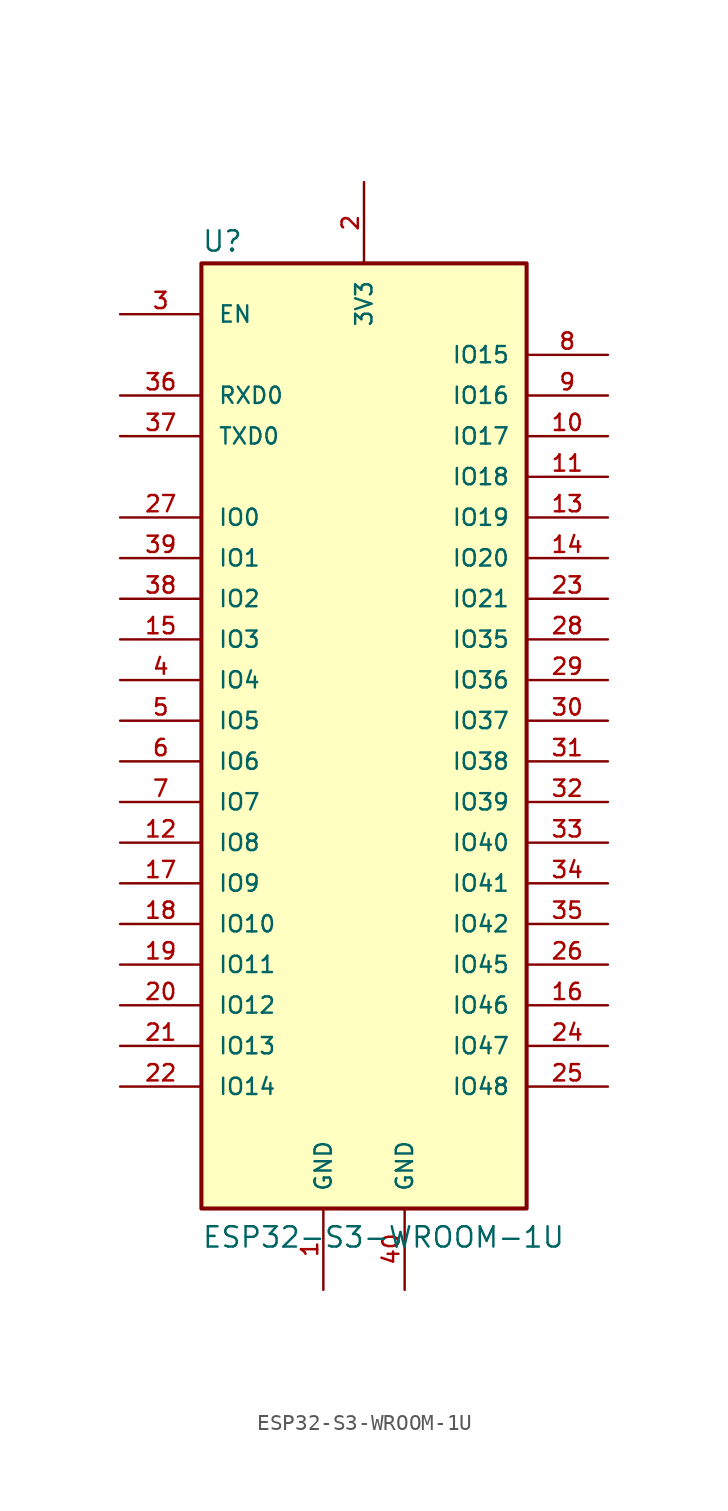
<source format=kicad_sym>
(kicad_symbol_lib
  (version 20211014)
  (generator kicad_symbol_editor)
  (symbol "ESP32-S3-WROOM-1U"
    (pin_names
      (offset 1.016))
    (property "Reference" "U"
      (at -10.16 29.21 0)
      (effects (font (size 1.27 1.27)) (justify left bottom)))
    (property "Value" "ESP32-S3-WROOM-1U"
      (at -10.16 -33.02 0)
      (effects (font (size 1.27 1.27)) (justify left bottom)))
    (symbol "ESP32-S3-WROOM-1U_0_0"
      (rectangle (start -10.16 28.575) (end 10.16 -30.48) (stroke (width 0.254) (type default) (color 0 0 0 0)) (fill (type background)))
      (pin power_in line (at -2.54 -35.56 90) (length 5.08) (name "GND" (effects (font (size 1.016 1.016)))) (number "1" (effects (font (size 1.016 1.016)))))
      (pin bidirectional line (at 15.24 17.78 180) (length 5.08) (name "IO17" (effects (font (size 1.016 1.016)))) (number "10" (effects (font (size 1.016 1.016)))))
      (pin bidirectional line (at 15.24 15.24 180) (length 5.08) (name "IO18" (effects (font (size 1.016 1.016)))) (number "11" (effects (font (size 1.016 1.016)))))
      (pin bidirectional line (at -15.24 -7.62 0) (length 5.08) (name "IO8" (effects (font (size 1.016 1.016)))) (number "12" (effects (font (size 1.016 1.016)))))
      (pin bidirectional line (at 15.24 12.7 180) (length 5.08) (name "IO19" (effects (font (size 1.016 1.016)))) (number "13" (effects (font (size 1.016 1.016)))))
      (pin bidirectional line (at 15.24 10.16 180) (length 5.08) (name "IO20" (effects (font (size 1.016 1.016)))) (number "14" (effects (font (size 1.016 1.016)))))
      (pin bidirectional line (at -15.24 5.08 0) (length 5.08) (name "IO3" (effects (font (size 1.016 1.016)))) (number "15" (effects (font (size 1.016 1.016)))))
      (pin bidirectional line (at 15.24 -17.78 180) (length 5.08) (name "IO46" (effects (font (size 1.016 1.016)))) (number "16" (effects (font (size 1.016 1.016)))))
      (pin bidirectional line (at -15.24 -10.16 0) (length 5.08) (name "IO9" (effects (font (size 1.016 1.016)))) (number "17" (effects (font (size 1.016 1.016)))))
      (pin bidirectional line (at -15.24 -12.7 0) (length 5.08) (name "IO10" (effects (font (size 1.016 1.016)))) (number "18" (effects (font (size 1.016 1.016)))))
      (pin bidirectional line (at -15.24 -15.24 0) (length 5.08) (name "IO11" (effects (font (size 1.016 1.016)))) (number "19" (effects (font (size 1.016 1.016)))))
      (pin power_in line (at 0 33.655 270) (length 5.08) (name "3V3" (effects (font (size 1.016 1.016)))) (number "2" (effects (font (size 1.016 1.016)))))
      (pin bidirectional line (at -15.24 -17.78 0) (length 5.08) (name "IO12" (effects (font (size 1.016 1.016)))) (number "20" (effects (font (size 1.016 1.016)))))
      (pin bidirectional line (at -15.24 -20.32 0) (length 5.08) (name "IO13" (effects (font (size 1.016 1.016)))) (number "21" (effects (font (size 1.016 1.016)))))
      (pin bidirectional line (at -15.24 -22.86 0) (length 5.08) (name "IO14" (effects (font (size 1.016 1.016)))) (number "22" (effects (font (size 1.016 1.016)))))
      (pin bidirectional line (at 15.24 7.62 180) (length 5.08) (name "IO21" (effects (font (size 1.016 1.016)))) (number "23" (effects (font (size 1.016 1.016)))))
      (pin bidirectional line (at 15.24 -20.32 180) (length 5.08) (name "IO47" (effects (font (size 1.016 1.016)))) (number "24" (effects (font (size 1.016 1.016)))))
      (pin bidirectional line (at 15.24 -22.86 180) (length 5.08) (name "IO48" (effects (font (size 1.016 1.016)))) (number "25" (effects (font (size 1.016 1.016)))))
      (pin bidirectional line (at 15.24 -15.24 180) (length 5.08) (name "IO45" (effects (font (size 1.016 1.016)))) (number "26" (effects (font (size 1.016 1.016)))))
      (pin bidirectional line (at -15.24 12.7 0) (length 5.08) (name "IO0" (effects (font (size 1.016 1.016)))) (number "27" (effects (font (size 1.016 1.016)))))
      (pin bidirectional line (at 15.24 5.08 180) (length 5.08) (name "IO35" (effects (font (size 1.016 1.016)))) (number "28" (effects (font (size 1.016 1.016)))))
      (pin bidirectional line (at 15.24 2.54 180) (length 5.08) (name "IO36" (effects (font (size 1.016 1.016)))) (number "29" (effects (font (size 1.016 1.016)))))
      (pin input line (at -15.24 25.4 0) (length 5.08) (name "EN" (effects (font (size 1.016 1.016)))) (number "3" (effects (font (size 1.016 1.016)))))
      (pin bidirectional line (at 15.24 0 180) (length 5.08) (name "IO37" (effects (font (size 1.016 1.016)))) (number "30" (effects (font (size 1.016 1.016)))))
      (pin bidirectional line (at 15.24 -2.54 180) (length 5.08) (name "IO38" (effects (font (size 1.016 1.016)))) (number "31" (effects (font (size 1.016 1.016)))))
      (pin bidirectional line (at 15.24 -5.08 180) (length 5.08) (name "IO39" (effects (font (size 1.016 1.016)))) (number "32" (effects (font (size 1.016 1.016)))))
      (pin bidirectional line (at 15.24 -7.62 180) (length 5.08) (name "IO40" (effects (font (size 1.016 1.016)))) (number "33" (effects (font (size 1.016 1.016)))))
      (pin bidirectional line (at 15.24 -10.16 180) (length 5.08) (name "IO41" (effects (font (size 1.016 1.016)))) (number "34" (effects (font (size 1.016 1.016)))))
      (pin bidirectional line (at 15.24 -12.7 180) (length 5.08) (name "IO42" (effects (font (size 1.016 1.016)))) (number "35" (effects (font (size 1.016 1.016)))))
      (pin bidirectional line (at -15.24 20.32 0) (length 5.08) (name "RXD0" (effects (font (size 1.016 1.016)))) (number "36" (effects (font (size 1.016 1.016)))))
      (pin bidirectional line (at -15.24 17.78 0) (length 5.08) (name "TXD0" (effects (font (size 1.016 1.016)))) (number "37" (effects (font (size 1.016 1.016)))))
      (pin bidirectional line (at -15.24 7.62 0) (length 5.08) (name "IO2" (effects (font (size 1.016 1.016)))) (number "38" (effects (font (size 1.016 1.016)))))
      (pin bidirectional line (at -15.24 10.16 0) (length 5.08) (name "IO1" (effects (font (size 1.016 1.016)))) (number "39" (effects (font (size 1.016 1.016)))))
      (pin bidirectional line (at -15.24 2.54 0) (length 5.08) (name "IO4" (effects (font (size 1.016 1.016)))) (number "4" (effects (font (size 1.016 1.016)))))
      (pin power_in line (at 2.54 -35.56 90) (length 5.08) (name "GND" (effects (font (size 1.016 1.016)))) (number "40" (effects (font (size 1.016 1.016)))))
      (pin passive line (at 2.54 -35.56 90) (length 5.08) hide (name "GND" (effects (font (size 1.016 1.016)))) (number "41_1" (effects (font (size 1.016 1.016)))))
      (pin passive line (at 2.54 -35.56 90) (length 5.08) hide (name "GND" (effects (font (size 1.016 1.016)))) (number "41_2" (effects (font (size 1.016 1.016)))))
      (pin passive line (at 2.54 -35.56 90) (length 5.08) hide (name "GND" (effects (font (size 1.016 1.016)))) (number "41_3" (effects (font (size 1.016 1.016)))))
      (pin passive line (at 2.54 -35.56 90) (length 5.08) hide (name "GND" (effects (font (size 1.016 1.016)))) (number "41_4" (effects (font (size 1.016 1.016)))))
      (pin passive line (at 2.54 -35.56 90) (length 5.08) hide (name "GND" (effects (font (size 1.016 1.016)))) (number "41_5" (effects (font (size 1.016 1.016)))))
      (pin passive line (at 2.54 -35.56 90) (length 5.08) hide (name "GND" (effects (font (size 1.016 1.016)))) (number "41_6" (effects (font (size 1.016 1.016)))))
      (pin passive line (at 2.54 -35.56 90) (length 5.08) hide (name "GND" (effects (font (size 1.016 1.016)))) (number "41_7" (effects (font (size 1.016 1.016)))))
      (pin passive line (at 2.54 -35.56 90) (length 5.08) hide (name "GND" (effects (font (size 1.016 1.016)))) (number "41_8" (effects (font (size 1.016 1.016)))))
      (pin passive line (at 2.54 -35.56 90) (length 5.08) hide (name "GND" (effects (font (size 1.016 1.016)))) (number "41_9" (effects (font (size 1.016 1.016)))))
      (pin bidirectional line (at -15.24 0 0) (length 5.08) (name "IO5" (effects (font (size 1.016 1.016)))) (number "5" (effects (font (size 1.016 1.016)))))
      (pin bidirectional line (at -15.24 -2.54 0) (length 5.08) (name "IO6" (effects (font (size 1.016 1.016)))) (number "6" (effects (font (size 1.016 1.016)))))
      (pin bidirectional line (at -15.24 -5.08 0) (length 5.08) (name "IO7" (effects (font (size 1.016 1.016)))) (number "7" (effects (font (size 1.016 1.016)))))
      (pin bidirectional line (at 15.24 22.86 180) (length 5.08) (name "IO15" (effects (font (size 1.016 1.016)))) (number "8" (effects (font (size 1.016 1.016)))))
      (pin bidirectional line (at 15.24 20.32 180) (length 5.08) (name "IO16" (effects (font (size 1.016 1.016)))) (number "9" (effects (font (size 1.016 1.016))))))))
</source>
